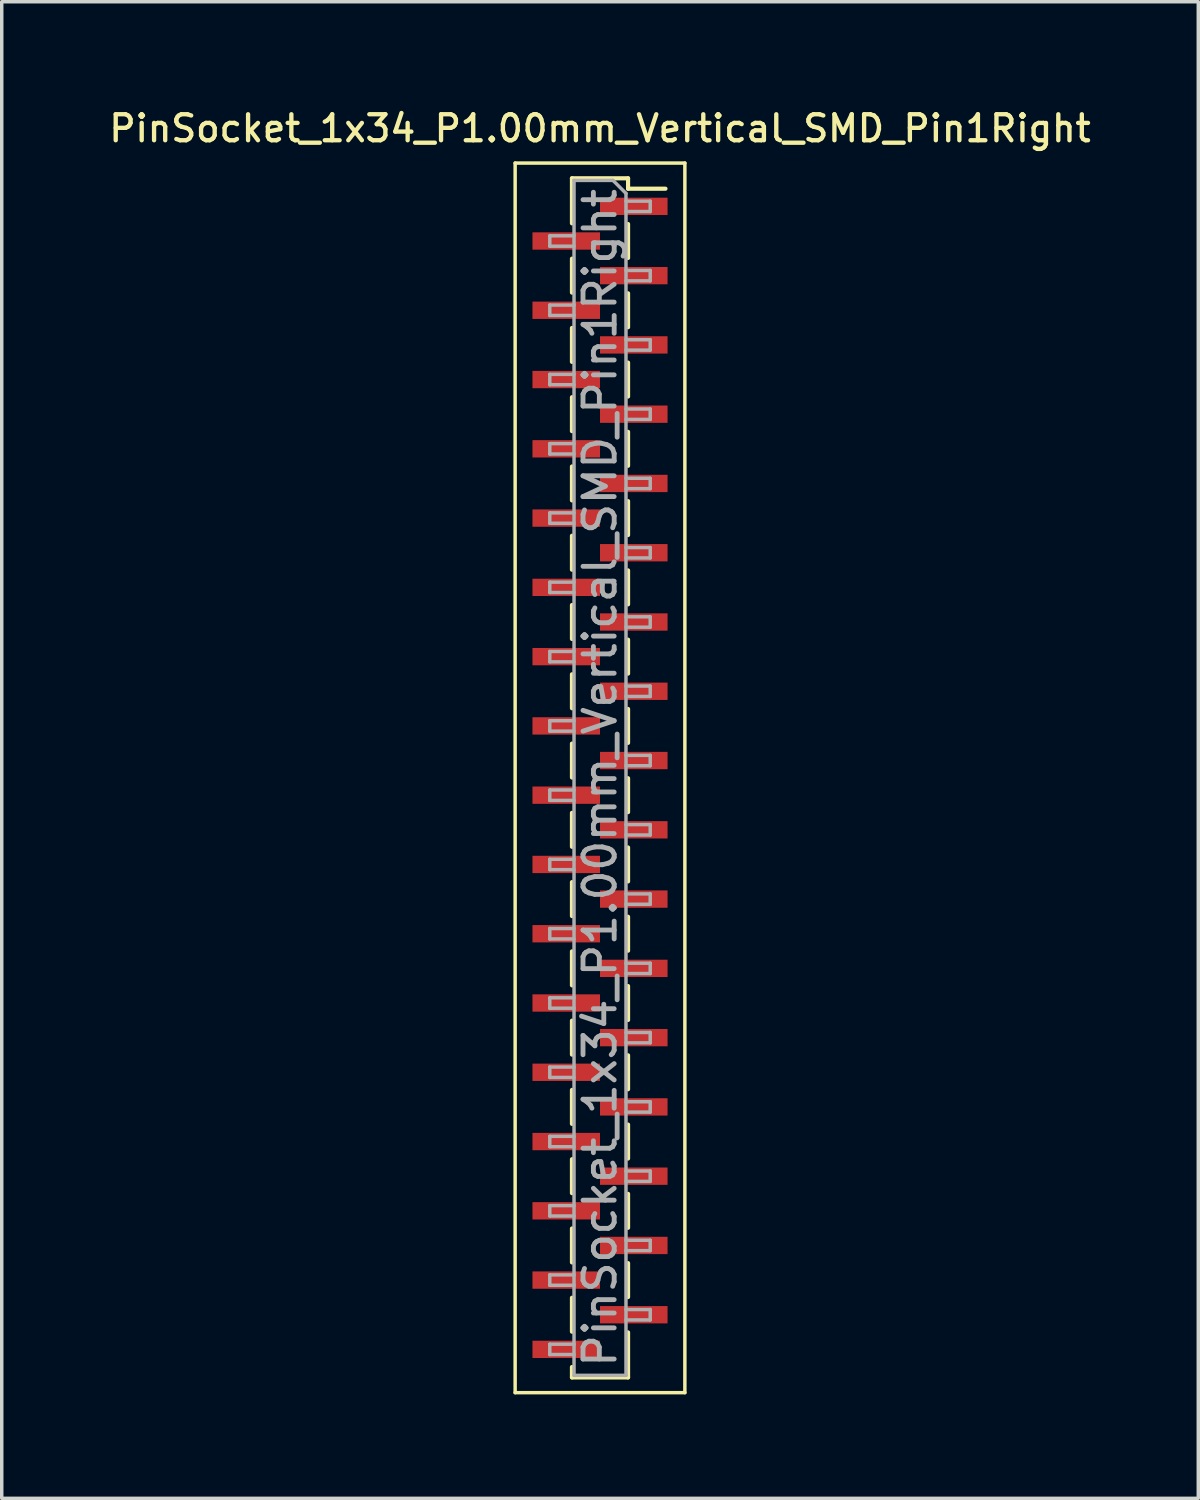
<source format=kicad_pcb>
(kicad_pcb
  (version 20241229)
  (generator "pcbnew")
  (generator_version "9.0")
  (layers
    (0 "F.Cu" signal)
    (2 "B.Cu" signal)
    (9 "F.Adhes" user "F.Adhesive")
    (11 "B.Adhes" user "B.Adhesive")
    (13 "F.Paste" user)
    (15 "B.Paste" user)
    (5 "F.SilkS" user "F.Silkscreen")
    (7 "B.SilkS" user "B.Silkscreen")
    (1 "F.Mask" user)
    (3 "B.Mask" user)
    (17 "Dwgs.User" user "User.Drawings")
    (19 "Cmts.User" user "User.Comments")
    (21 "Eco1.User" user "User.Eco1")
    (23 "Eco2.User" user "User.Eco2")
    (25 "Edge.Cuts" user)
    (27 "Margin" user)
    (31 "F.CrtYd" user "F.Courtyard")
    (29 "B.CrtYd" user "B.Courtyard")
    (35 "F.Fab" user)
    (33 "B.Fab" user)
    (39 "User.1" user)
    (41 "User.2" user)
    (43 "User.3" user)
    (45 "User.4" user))
  (footprint "PinSocket_1x34_P1.00mm_Vertical_SMD_Pin1Right"
    (layer "F.Cu")
    (at 14.273 19.408)
    (property "Reference" "PinSocket_1x34_P1.00mm_Vertical_SMD_Pin1Right" (at 0 -18.75 0) (layer "F.SilkS") (effects (font (size 0.75 0.75) (thickness 0.125))))
    (attr smd)
    (fp_line (start -2.45 -17.75) (end 2.45 -17.75) (stroke (width 0.1) (type solid)) (layer "F.SilkS"))
    (fp_line (start -2.45 17.75) (end -2.45 -17.75) (stroke (width 0.1) (type solid)) (layer "F.SilkS"))
    (fp_line (start -0.81 -17.31) (end -0.81 -16.01) (stroke (width 0.12) (type solid)) (layer "F.SilkS"))
    (fp_line (start -0.81 -17.31) (end 0.81 -17.31) (stroke (width 0.12) (type solid)) (layer "F.SilkS"))
    (fp_line (start -0.81 -14.99) (end -0.81 -14.01) (stroke (width 0.12) (type solid)) (layer "F.SilkS"))
    (fp_line (start -0.81 -12.99) (end -0.81 -12.01) (stroke (width 0.12) (type solid)) (layer "F.SilkS"))
    (fp_line (start -0.81 -10.99) (end -0.81 -10.01) (stroke (width 0.12) (type solid)) (layer "F.SilkS"))
    (fp_line (start -0.81 -8.99) (end -0.81 -8.01) (stroke (width 0.12) (type solid)) (layer "F.SilkS"))
    (fp_line (start -0.81 -6.99) (end -0.81 -6.01) (stroke (width 0.12) (type solid)) (layer "F.SilkS"))
    (fp_line (start -0.81 -4.99) (end -0.81 -4.01) (stroke (width 0.12) (type solid)) (layer "F.SilkS"))
    (fp_line (start -0.81 -2.99) (end -0.81 -2.01) (stroke (width 0.12) (type solid)) (layer "F.SilkS"))
    (fp_line (start -0.81 -0.99) (end -0.81 -0.01) (stroke (width 0.12) (type solid)) (layer "F.SilkS"))
    (fp_line (start -0.81 1.01) (end -0.81 1.99) (stroke (width 0.12) (type solid)) (layer "F.SilkS"))
    (fp_line (start -0.81 3.01) (end -0.81 3.99) (stroke (width 0.12) (type solid)) (layer "F.SilkS"))
    (fp_line (start -0.81 5.01) (end -0.81 5.99) (stroke (width 0.12) (type solid)) (layer "F.SilkS"))
    (fp_line (start -0.81 7.01) (end -0.81 7.99) (stroke (width 0.12) (type solid)) (layer "F.SilkS"))
    (fp_line (start -0.81 9.01) (end -0.81 9.99) (stroke (width 0.12) (type solid)) (layer "F.SilkS"))
    (fp_line (start -0.81 11.01) (end -0.81 11.99) (stroke (width 0.12) (type solid)) (layer "F.SilkS"))
    (fp_line (start -0.81 13.01) (end -0.81 13.99) (stroke (width 0.12) (type solid)) (layer "F.SilkS"))
    (fp_line (start -0.81 15.01) (end -0.81 15.99) (stroke (width 0.12) (type solid)) (layer "F.SilkS"))
    (fp_line (start -0.81 17.01) (end -0.81 17.31) (stroke (width 0.12) (type solid)) (layer "F.SilkS"))
    (fp_line (start -0.81 17.31) (end 0.81 17.31) (stroke (width 0.12) (type solid)) (layer "F.SilkS"))
    (fp_line (start 0.81 -17.31) (end 0.81 -17.01) (stroke (width 0.12) (type solid)) (layer "F.SilkS"))
    (fp_line (start 0.81 -17.01) (end 1.89 -17.01) (stroke (width 0.12) (type solid)) (layer "F.SilkS"))
    (fp_line (start 0.81 -15.99) (end 0.81 -15.01) (stroke (width 0.12) (type solid)) (layer "F.SilkS"))
    (fp_line (start 0.81 -13.99) (end 0.81 -13.01) (stroke (width 0.12) (type solid)) (layer "F.SilkS"))
    (fp_line (start 0.81 -11.99) (end 0.81 -11.01) (stroke (width 0.12) (type solid)) (layer "F.SilkS"))
    (fp_line (start 0.81 -9.99) (end 0.81 -9.01) (stroke (width 0.12) (type solid)) (layer "F.SilkS"))
    (fp_line (start 0.81 -7.99) (end 0.81 -7.01) (stroke (width 0.12) (type solid)) (layer "F.SilkS"))
    (fp_line (start 0.81 -5.99) (end 0.81 -5.01) (stroke (width 0.12) (type solid)) (layer "F.SilkS"))
    (fp_line (start 0.81 -3.99) (end 0.81 -3.01) (stroke (width 0.12) (type solid)) (layer "F.SilkS"))
    (fp_line (start 0.81 -1.99) (end 0.81 -1.01) (stroke (width 0.12) (type solid)) (layer "F.SilkS"))
    (fp_line (start 0.81 0.01) (end 0.81 0.99) (stroke (width 0.12) (type solid)) (layer "F.SilkS"))
    (fp_line (start 0.81 2.01) (end 0.81 2.99) (stroke (width 0.12) (type solid)) (layer "F.SilkS"))
    (fp_line (start 0.81 4.01) (end 0.81 4.99) (stroke (width 0.12) (type solid)) (layer "F.SilkS"))
    (fp_line (start 0.81 6.01) (end 0.81 6.99) (stroke (width 0.12) (type solid)) (layer "F.SilkS"))
    (fp_line (start 0.81 8.01) (end 0.81 8.99) (stroke (width 0.12) (type solid)) (layer "F.SilkS"))
    (fp_line (start 0.81 10.01) (end 0.81 10.99) (stroke (width 0.12) (type solid)) (layer "F.SilkS"))
    (fp_line (start 0.81 12.01) (end 0.81 12.99) (stroke (width 0.12) (type solid)) (layer "F.SilkS"))
    (fp_line (start 0.81 14.01) (end 0.81 14.99) (stroke (width 0.12) (type solid)) (layer "F.SilkS"))
    (fp_line (start 0.81 16.01) (end 0.81 17.31) (stroke (width 0.12) (type solid)) (layer "F.SilkS"))
    (fp_line (start 2.45 -17.75) (end 2.45 17.75) (stroke (width 0.1) (type solid)) (layer "F.SilkS"))
    (fp_line (start 2.45 17.75) (end -2.45 17.75) (stroke (width 0.1) (type solid)) (layer "F.SilkS"))
    (fp_line (start -1.45 -15.65) (end -0.75 -15.65) (stroke (width 0.1) (type solid)) (layer "F.Fab"))
    (fp_line (start -1.45 -15.35) (end -1.45 -15.65) (stroke (width 0.1) (type solid)) (layer "F.Fab"))
    (fp_line (start -1.45 -13.65) (end -0.75 -13.65) (stroke (width 0.1) (type solid)) (layer "F.Fab"))
    (fp_line (start -1.45 -13.35) (end -1.45 -13.65) (stroke (width 0.1) (type solid)) (layer "F.Fab"))
    (fp_line (start -1.45 -11.65) (end -0.75 -11.65) (stroke (width 0.1) (type solid)) (layer "F.Fab"))
    (fp_line (start -1.45 -11.35) (end -1.45 -11.65) (stroke (width 0.1) (type solid)) (layer "F.Fab"))
    (fp_line (start -1.45 -9.65) (end -0.75 -9.65) (stroke (width 0.1) (type solid)) (layer "F.Fab"))
    (fp_line (start -1.45 -9.35) (end -1.45 -9.65) (stroke (width 0.1) (type solid)) (layer "F.Fab"))
    (fp_line (start -1.45 -7.65) (end -0.75 -7.65) (stroke (width 0.1) (type solid)) (layer "F.Fab"))
    (fp_line (start -1.45 -7.35) (end -1.45 -7.65) (stroke (width 0.1) (type solid)) (layer "F.Fab"))
    (fp_line (start -1.45 -5.65) (end -0.75 -5.65) (stroke (width 0.1) (type solid)) (layer "F.Fab"))
    (fp_line (start -1.45 -5.35) (end -1.45 -5.65) (stroke (width 0.1) (type solid)) (layer "F.Fab"))
    (fp_line (start -1.45 -3.65) (end -0.75 -3.65) (stroke (width 0.1) (type solid)) (layer "F.Fab"))
    (fp_line (start -1.45 -3.35) (end -1.45 -3.65) (stroke (width 0.1) (type solid)) (layer "F.Fab"))
    (fp_line (start -1.45 -1.65) (end -0.75 -1.65) (stroke (width 0.1) (type solid)) (layer "F.Fab"))
    (fp_line (start -1.45 -1.35) (end -1.45 -1.65) (stroke (width 0.1) (type solid)) (layer "F.Fab"))
    (fp_line (start -1.45 0.35) (end -0.75 0.35) (stroke (width 0.1) (type solid)) (layer "F.Fab"))
    (fp_line (start -1.45 0.65) (end -1.45 0.35) (stroke (width 0.1) (type solid)) (layer "F.Fab"))
    (fp_line (start -1.45 2.35) (end -0.75 2.35) (stroke (width 0.1) (type solid)) (layer "F.Fab"))
    (fp_line (start -1.45 2.65) (end -1.45 2.35) (stroke (width 0.1) (type solid)) (layer "F.Fab"))
    (fp_line (start -1.45 4.35) (end -0.75 4.35) (stroke (width 0.1) (type solid)) (layer "F.Fab"))
    (fp_line (start -1.45 4.65) (end -1.45 4.35) (stroke (width 0.1) (type solid)) (layer "F.Fab"))
    (fp_line (start -1.45 6.35) (end -0.75 6.35) (stroke (width 0.1) (type solid)) (layer "F.Fab"))
    (fp_line (start -1.45 6.65) (end -1.45 6.35) (stroke (width 0.1) (type solid)) (layer "F.Fab"))
    (fp_line (start -1.45 8.35) (end -0.75 8.35) (stroke (width 0.1) (type solid)) (layer "F.Fab"))
    (fp_line (start -1.45 8.65) (end -1.45 8.35) (stroke (width 0.1) (type solid)) (layer "F.Fab"))
    (fp_line (start -1.45 10.35) (end -0.75 10.35) (stroke (width 0.1) (type solid)) (layer "F.Fab"))
    (fp_line (start -1.45 10.65) (end -1.45 10.35) (stroke (width 0.1) (type solid)) (layer "F.Fab"))
    (fp_line (start -1.45 12.35) (end -0.75 12.35) (stroke (width 0.1) (type solid)) (layer "F.Fab"))
    (fp_line (start -1.45 12.65) (end -1.45 12.35) (stroke (width 0.1) (type solid)) (layer "F.Fab"))
    (fp_line (start -1.45 14.35) (end -0.75 14.35) (stroke (width 0.1) (type solid)) (layer "F.Fab"))
    (fp_line (start -1.45 14.65) (end -1.45 14.35) (stroke (width 0.1) (type solid)) (layer "F.Fab"))
    (fp_line (start -1.45 16.35) (end -0.75 16.35) (stroke (width 0.1) (type solid)) (layer "F.Fab"))
    (fp_line (start -1.45 16.65) (end -1.45 16.35) (stroke (width 0.1) (type solid)) (layer "F.Fab"))
    (fp_line (start -0.75 -17.25) (end 0.375 -17.25) (stroke (width 0.1) (type solid)) (layer "F.Fab"))
    (fp_line (start -0.75 -15.35) (end -1.45 -15.35) (stroke (width 0.1) (type solid)) (layer "F.Fab"))
    (fp_line (start -0.75 -13.35) (end -1.45 -13.35) (stroke (width 0.1) (type solid)) (layer "F.Fab"))
    (fp_line (start -0.75 -11.35) (end -1.45 -11.35) (stroke (width 0.1) (type solid)) (layer "F.Fab"))
    (fp_line (start -0.75 -9.35) (end -1.45 -9.35) (stroke (width 0.1) (type solid)) (layer "F.Fab"))
    (fp_line (start -0.75 -7.35) (end -1.45 -7.35) (stroke (width 0.1) (type solid)) (layer "F.Fab"))
    (fp_line (start -0.75 -5.35) (end -1.45 -5.35) (stroke (width 0.1) (type solid)) (layer "F.Fab"))
    (fp_line (start -0.75 -3.35) (end -1.45 -3.35) (stroke (width 0.1) (type solid)) (layer "F.Fab"))
    (fp_line (start -0.75 -1.35) (end -1.45 -1.35) (stroke (width 0.1) (type solid)) (layer "F.Fab"))
    (fp_line (start -0.75 0.65) (end -1.45 0.65) (stroke (width 0.1) (type solid)) (layer "F.Fab"))
    (fp_line (start -0.75 2.65) (end -1.45 2.65) (stroke (width 0.1) (type solid)) (layer "F.Fab"))
    (fp_line (start -0.75 4.65) (end -1.45 4.65) (stroke (width 0.1) (type solid)) (layer "F.Fab"))
    (fp_line (start -0.75 6.65) (end -1.45 6.65) (stroke (width 0.1) (type solid)) (layer "F.Fab"))
    (fp_line (start -0.75 8.65) (end -1.45 8.65) (stroke (width 0.1) (type solid)) (layer "F.Fab"))
    (fp_line (start -0.75 10.65) (end -1.45 10.65) (stroke (width 0.1) (type solid)) (layer "F.Fab"))
    (fp_line (start -0.75 12.65) (end -1.45 12.65) (stroke (width 0.1) (type solid)) (layer "F.Fab"))
    (fp_line (start -0.75 14.65) (end -1.45 14.65) (stroke (width 0.1) (type solid)) (layer "F.Fab"))
    (fp_line (start -0.75 16.65) (end -1.45 16.65) (stroke (width 0.1) (type solid)) (layer "F.Fab"))
    (fp_line (start -0.75 17.25) (end -0.75 -17.25) (stroke (width 0.1) (type solid)) (layer "F.Fab"))
    (fp_line (start 0.375 -17.25) (end 0.75 -16.875) (stroke (width 0.1) (type solid)) (layer "F.Fab"))
    (fp_line (start 0.75 -16.875) (end 0.75 17.25) (stroke (width 0.1) (type solid)) (layer "F.Fab"))
    (fp_line (start 0.75 -16.65) (end 1.45 -16.65) (stroke (width 0.1) (type solid)) (layer "F.Fab"))
    (fp_line (start 0.75 -14.65) (end 1.45 -14.65) (stroke (width 0.1) (type solid)) (layer "F.Fab"))
    (fp_line (start 0.75 -12.65) (end 1.45 -12.65) (stroke (width 0.1) (type solid)) (layer "F.Fab"))
    (fp_line (start 0.75 -10.65) (end 1.45 -10.65) (stroke (width 0.1) (type solid)) (layer "F.Fab"))
    (fp_line (start 0.75 -8.65) (end 1.45 -8.65) (stroke (width 0.1) (type solid)) (layer "F.Fab"))
    (fp_line (start 0.75 -6.65) (end 1.45 -6.65) (stroke (width 0.1) (type solid)) (layer "F.Fab"))
    (fp_line (start 0.75 -4.65) (end 1.45 -4.65) (stroke (width 0.1) (type solid)) (layer "F.Fab"))
    (fp_line (start 0.75 -2.65) (end 1.45 -2.65) (stroke (width 0.1) (type solid)) (layer "F.Fab"))
    (fp_line (start 0.75 -0.65) (end 1.45 -0.65) (stroke (width 0.1) (type solid)) (layer "F.Fab"))
    (fp_line (start 0.75 1.35) (end 1.45 1.35) (stroke (width 0.1) (type solid)) (layer "F.Fab"))
    (fp_line (start 0.75 3.35) (end 1.45 3.35) (stroke (width 0.1) (type solid)) (layer "F.Fab"))
    (fp_line (start 0.75 5.35) (end 1.45 5.35) (stroke (width 0.1) (type solid)) (layer "F.Fab"))
    (fp_line (start 0.75 7.35) (end 1.45 7.35) (stroke (width 0.1) (type solid)) (layer "F.Fab"))
    (fp_line (start 0.75 9.35) (end 1.45 9.35) (stroke (width 0.1) (type solid)) (layer "F.Fab"))
    (fp_line (start 0.75 11.35) (end 1.45 11.35) (stroke (width 0.1) (type solid)) (layer "F.Fab"))
    (fp_line (start 0.75 13.35) (end 1.45 13.35) (stroke (width 0.1) (type solid)) (layer "F.Fab"))
    (fp_line (start 0.75 15.35) (end 1.45 15.35) (stroke (width 0.1) (type solid)) (layer "F.Fab"))
    (fp_line (start 0.75 17.25) (end -0.75 17.25) (stroke (width 0.1) (type solid)) (layer "F.Fab"))
    (fp_line (start 1.45 -16.65) (end 1.45 -16.35) (stroke (width 0.1) (type solid)) (layer "F.Fab"))
    (fp_line (start 1.45 -16.35) (end 0.75 -16.35) (stroke (width 0.1) (type solid)) (layer "F.Fab"))
    (fp_line (start 1.45 -14.65) (end 1.45 -14.35) (stroke (width 0.1) (type solid)) (layer "F.Fab"))
    (fp_line (start 1.45 -14.35) (end 0.75 -14.35) (stroke (width 0.1) (type solid)) (layer "F.Fab"))
    (fp_line (start 1.45 -12.65) (end 1.45 -12.35) (stroke (width 0.1) (type solid)) (layer "F.Fab"))
    (fp_line (start 1.45 -12.35) (end 0.75 -12.35) (stroke (width 0.1) (type solid)) (layer "F.Fab"))
    (fp_line (start 1.45 -10.65) (end 1.45 -10.35) (stroke (width 0.1) (type solid)) (layer "F.Fab"))
    (fp_line (start 1.45 -10.35) (end 0.75 -10.35) (stroke (width 0.1) (type solid)) (layer "F.Fab"))
    (fp_line (start 1.45 -8.65) (end 1.45 -8.35) (stroke (width 0.1) (type solid)) (layer "F.Fab"))
    (fp_line (start 1.45 -8.35) (end 0.75 -8.35) (stroke (width 0.1) (type solid)) (layer "F.Fab"))
    (fp_line (start 1.45 -6.65) (end 1.45 -6.35) (stroke (width 0.1) (type solid)) (layer "F.Fab"))
    (fp_line (start 1.45 -6.35) (end 0.75 -6.35) (stroke (width 0.1) (type solid)) (layer "F.Fab"))
    (fp_line (start 1.45 -4.65) (end 1.45 -4.35) (stroke (width 0.1) (type solid)) (layer "F.Fab"))
    (fp_line (start 1.45 -4.35) (end 0.75 -4.35) (stroke (width 0.1) (type solid)) (layer "F.Fab"))
    (fp_line (start 1.45 -2.65) (end 1.45 -2.35) (stroke (width 0.1) (type solid)) (layer "F.Fab"))
    (fp_line (start 1.45 -2.35) (end 0.75 -2.35) (stroke (width 0.1) (type solid)) (layer "F.Fab"))
    (fp_line (start 1.45 -0.65) (end 1.45 -0.35) (stroke (width 0.1) (type solid)) (layer "F.Fab"))
    (fp_line (start 1.45 -0.35) (end 0.75 -0.35) (stroke (width 0.1) (type solid)) (layer "F.Fab"))
    (fp_line (start 1.45 1.35) (end 1.45 1.65) (stroke (width 0.1) (type solid)) (layer "F.Fab"))
    (fp_line (start 1.45 1.65) (end 0.75 1.65) (stroke (width 0.1) (type solid)) (layer "F.Fab"))
    (fp_line (start 1.45 3.35) (end 1.45 3.65) (stroke (width 0.1) (type solid)) (layer "F.Fab"))
    (fp_line (start 1.45 3.65) (end 0.75 3.65) (stroke (width 0.1) (type solid)) (layer "F.Fab"))
    (fp_line (start 1.45 5.35) (end 1.45 5.65) (stroke (width 0.1) (type solid)) (layer "F.Fab"))
    (fp_line (start 1.45 5.65) (end 0.75 5.65) (stroke (width 0.1) (type solid)) (layer "F.Fab"))
    (fp_line (start 1.45 7.35) (end 1.45 7.65) (stroke (width 0.1) (type solid)) (layer "F.Fab"))
    (fp_line (start 1.45 7.65) (end 0.75 7.65) (stroke (width 0.1) (type solid)) (layer "F.Fab"))
    (fp_line (start 1.45 9.35) (end 1.45 9.65) (stroke (width 0.1) (type solid)) (layer "F.Fab"))
    (fp_line (start 1.45 9.65) (end 0.75 9.65) (stroke (width 0.1) (type solid)) (layer "F.Fab"))
    (fp_line (start 1.45 11.35) (end 1.45 11.65) (stroke (width 0.1) (type solid)) (layer "F.Fab"))
    (fp_line (start 1.45 11.65) (end 0.75 11.65) (stroke (width 0.1) (type solid)) (layer "F.Fab"))
    (fp_line (start 1.45 13.35) (end 1.45 13.65) (stroke (width 0.1) (type solid)) (layer "F.Fab"))
    (fp_line (start 1.45 13.65) (end 0.75 13.65) (stroke (width 0.1) (type solid)) (layer "F.Fab"))
    (fp_line (start 1.45 15.35) (end 1.45 15.65) (stroke (width 0.1) (type solid)) (layer "F.Fab"))
    (fp_line (start 1.45 15.65) (end 0.75 15.65) (stroke (width 0.1) (type solid)) (layer "F.Fab"))
    (fp_text user "${REFERENCE}" (at 0 0 90) (layer "F.Fab") (effects (font (size 0.9 0.9) (thickness 0.14))))
    (pad "1" smd rect (at 0.975 -16.5) (size 1.95 0.5) (layers "F.Cu" "F.Mask" "F.Paste"))
    (pad "2" smd rect (at -0.975 -15.5) (size 1.95 0.5) (layers "F.Cu" "F.Mask" "F.Paste"))
    (pad "3" smd rect (at 0.975 -14.5) (size 1.95 0.5) (layers "F.Cu" "F.Mask" "F.Paste"))
    (pad "4" smd rect (at -0.975 -13.5) (size 1.95 0.5) (layers "F.Cu" "F.Mask" "F.Paste"))
    (pad "5" smd rect (at 0.975 -12.5) (size 1.95 0.5) (layers "F.Cu" "F.Mask" "F.Paste"))
    (pad "6" smd rect (at -0.975 -11.5) (size 1.95 0.5) (layers "F.Cu" "F.Mask" "F.Paste"))
    (pad "7" smd rect (at 0.975 -10.5) (size 1.95 0.5) (layers "F.Cu" "F.Mask" "F.Paste"))
    (pad "8" smd rect (at -0.975 -9.5) (size 1.95 0.5) (layers "F.Cu" "F.Mask" "F.Paste"))
    (pad "9" smd rect (at 0.975 -8.5) (size 1.95 0.5) (layers "F.Cu" "F.Mask" "F.Paste"))
    (pad "10" smd rect (at -0.975 -7.5) (size 1.95 0.5) (layers "F.Cu" "F.Mask" "F.Paste"))
    (pad "11" smd rect (at 0.975 -6.5) (size 1.95 0.5) (layers "F.Cu" "F.Mask" "F.Paste"))
    (pad "12" smd rect (at -0.975 -5.5) (size 1.95 0.5) (layers "F.Cu" "F.Mask" "F.Paste"))
    (pad "13" smd rect (at 0.975 -4.5) (size 1.95 0.5) (layers "F.Cu" "F.Mask" "F.Paste"))
    (pad "14" smd rect (at -0.975 -3.5) (size 1.95 0.5) (layers "F.Cu" "F.Mask" "F.Paste"))
    (pad "15" smd rect (at 0.975 -2.5) (size 1.95 0.5) (layers "F.Cu" "F.Mask" "F.Paste"))
    (pad "16" smd rect (at -0.975 -1.5) (size 1.95 0.5) (layers "F.Cu" "F.Mask" "F.Paste"))
    (pad "17" smd rect (at 0.975 -0.5) (size 1.95 0.5) (layers "F.Cu" "F.Mask" "F.Paste"))
    (pad "18" smd rect (at -0.975 0.5) (size 1.95 0.5) (layers "F.Cu" "F.Mask" "F.Paste"))
    (pad "19" smd rect (at 0.975 1.5) (size 1.95 0.5) (layers "F.Cu" "F.Mask" "F.Paste"))
    (pad "20" smd rect (at -0.975 2.5) (size 1.95 0.5) (layers "F.Cu" "F.Mask" "F.Paste"))
    (pad "21" smd rect (at 0.975 3.5) (size 1.95 0.5) (layers "F.Cu" "F.Mask" "F.Paste"))
    (pad "22" smd rect (at -0.975 4.5) (size 1.95 0.5) (layers "F.Cu" "F.Mask" "F.Paste"))
    (pad "23" smd rect (at 0.975 5.5) (size 1.95 0.5) (layers "F.Cu" "F.Mask" "F.Paste"))
    (pad "24" smd rect (at -0.975 6.5) (size 1.95 0.5) (layers "F.Cu" "F.Mask" "F.Paste"))
    (pad "25" smd rect (at 0.975 7.5) (size 1.95 0.5) (layers "F.Cu" "F.Mask" "F.Paste"))
    (pad "26" smd rect (at -0.975 8.5) (size 1.95 0.5) (layers "F.Cu" "F.Mask" "F.Paste"))
    (pad "27" smd rect (at 0.975 9.5) (size 1.95 0.5) (layers "F.Cu" "F.Mask" "F.Paste"))
    (pad "28" smd rect (at -0.975 10.5) (size 1.95 0.5) (layers "F.Cu" "F.Mask" "F.Paste"))
    (pad "29" smd rect (at 0.975 11.5) (size 1.95 0.5) (layers "F.Cu" "F.Mask" "F.Paste"))
    (pad "30" smd rect (at -0.975 12.5) (size 1.95 0.5) (layers "F.Cu" "F.Mask" "F.Paste"))
    (pad "31" smd rect (at 0.975 13.5) (size 1.95 0.5) (layers "F.Cu" "F.Mask" "F.Paste"))
    (pad "32" smd rect (at -0.975 14.5) (size 1.95 0.5) (layers "F.Cu" "F.Mask" "F.Paste"))
    (pad "33" smd rect (at 0.975 15.5) (size 1.95 0.5) (layers "F.Cu" "F.Mask" "F.Paste"))
    (pad "34" smd rect (at -0.975 16.5) (size 1.95 0.5) (layers "F.Cu" "F.Mask" "F.Paste")))
  (gr_rect
    (start -3 -3)
    (end 31.546 40.208)
    (stroke (width 0.1) (type default))
    (fill no)
    (layer "Edge.Cuts")))
</source>
